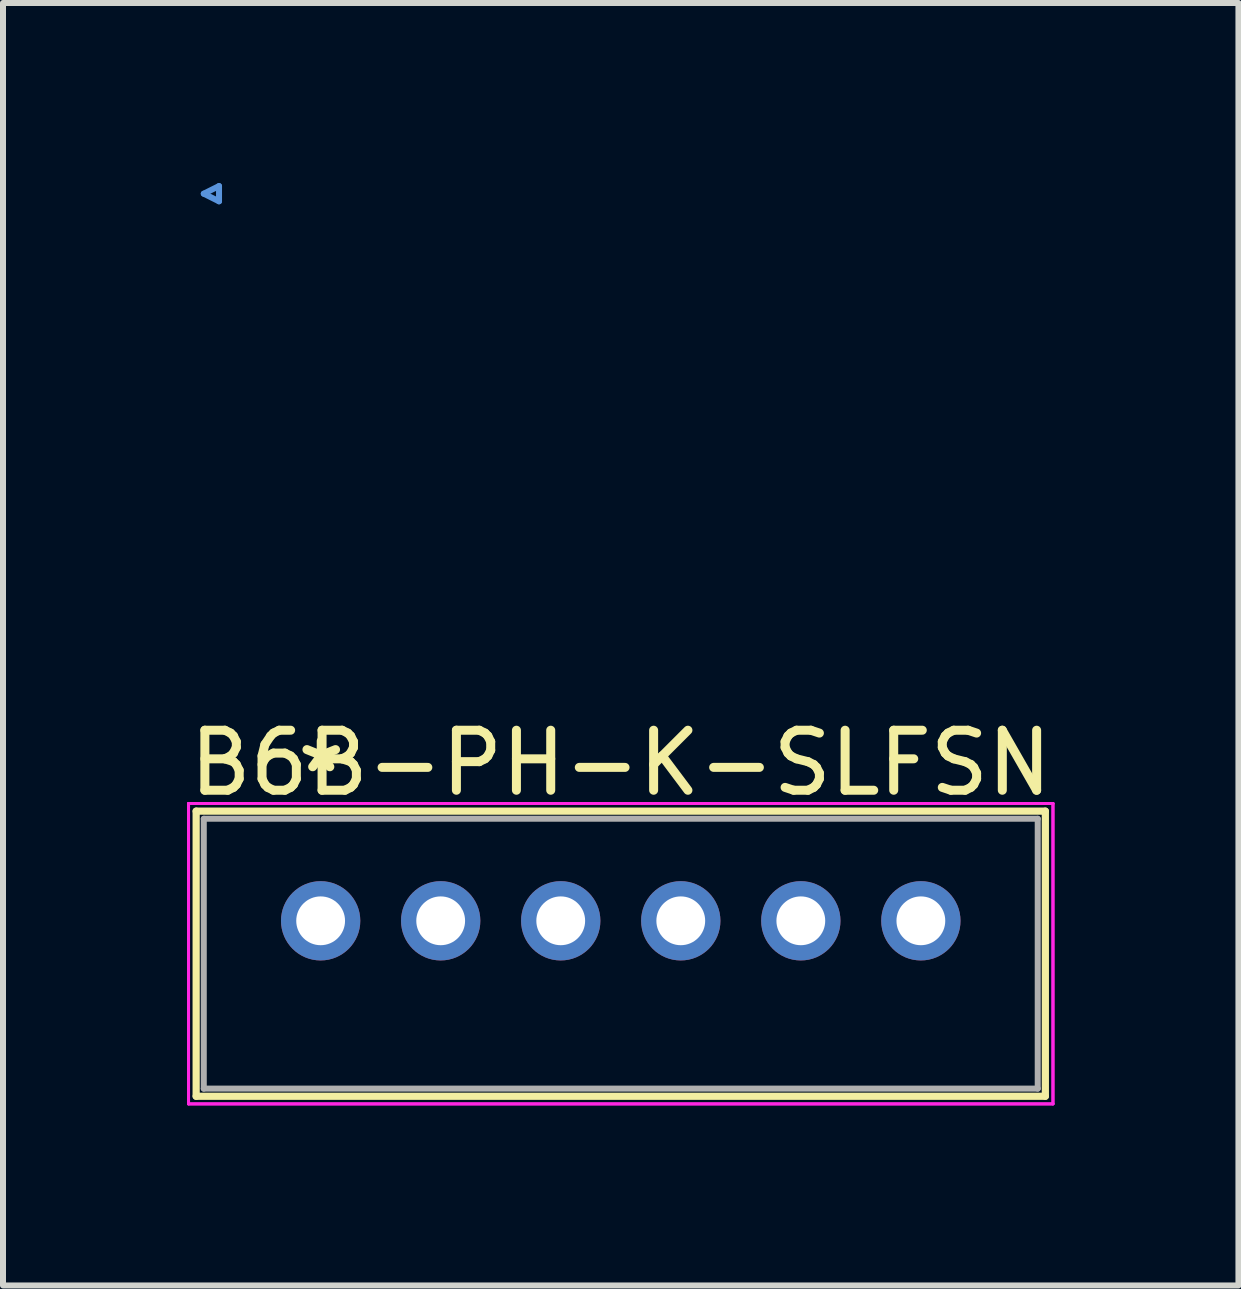
<source format=kicad_pcb>
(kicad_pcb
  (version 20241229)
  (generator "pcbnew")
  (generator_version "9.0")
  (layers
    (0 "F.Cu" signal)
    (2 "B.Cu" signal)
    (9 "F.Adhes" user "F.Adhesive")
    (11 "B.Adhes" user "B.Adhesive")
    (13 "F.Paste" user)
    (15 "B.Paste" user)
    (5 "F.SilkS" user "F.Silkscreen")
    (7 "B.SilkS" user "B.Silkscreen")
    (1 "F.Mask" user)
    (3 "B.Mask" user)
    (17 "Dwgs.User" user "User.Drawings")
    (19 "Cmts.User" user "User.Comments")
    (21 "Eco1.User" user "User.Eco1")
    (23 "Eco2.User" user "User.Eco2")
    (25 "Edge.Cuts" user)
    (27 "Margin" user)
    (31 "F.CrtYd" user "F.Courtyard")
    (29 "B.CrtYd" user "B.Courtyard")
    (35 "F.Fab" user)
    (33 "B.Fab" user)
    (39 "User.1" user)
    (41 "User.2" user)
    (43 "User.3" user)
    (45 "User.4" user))
  (footprint "B6B-PH-K-SLFSN"
    (layer "F.Cu")
    (at 2.292 12.291)
    (property "Reference" "B6B-PH-K-SLFSN" (at 5 -2.63 0) (layer "F.SilkS") (effects (font (size 1 1) (thickness 0.15))))
    (attr through_hole)
    (fp_line (start -2.074 -1.827) (end -2.074 2.923) (stroke (width 0.12) (type solid)) (layer "F.SilkS"))
    (fp_line (start -2.074 2.923) (end 12.074 2.923) (stroke (width 0.12) (type solid)) (layer "F.SilkS"))
    (fp_line (start 12.074 -1.827) (end -2.074 -1.827) (stroke (width 0.12) (type solid)) (layer "F.SilkS"))
    (fp_line (start 12.074 2.923) (end 12.074 -1.827) (stroke (width 0.12) (type solid)) (layer "F.SilkS"))
    (fp_line (start -1.947 -12.114) (end -1.693 -12.241) (stroke (width 0.1) (type solid)) (layer "Cmts.User"))
    (fp_line (start -1.947 -12.114) (end -1.693 -11.987) (stroke (width 0.1) (type solid)) (layer "Cmts.User"))
    (fp_line (start -1.693 -12.241) (end -1.693 -11.987) (stroke (width 0.1) (type solid)) (layer "Cmts.User"))
    (fp_line (start -2.201 -1.954) (end -2.201 3.05) (stroke (width 0.05) (type solid)) (layer "F.CrtYd"))
    (fp_line (start -2.201 -1.954) (end -2.201 3.05) (stroke (width 0.05) (type solid)) (layer "F.CrtYd"))
    (fp_line (start -2.201 3.05) (end 12.201 3.05) (stroke (width 0.05) (type solid)) (layer "F.CrtYd"))
    (fp_line (start -2.201 3.05) (end 12.201 3.05) (stroke (width 0.05) (type solid)) (layer "F.CrtYd"))
    (fp_line (start 12.201 -1.954) (end -2.201 -1.954) (stroke (width 0.05) (type solid)) (layer "F.CrtYd"))
    (fp_line (start 12.201 -1.954) (end -2.201 -1.954) (stroke (width 0.05) (type solid)) (layer "F.CrtYd"))
    (fp_line (start 12.201 3.05) (end 12.201 -1.954) (stroke (width 0.05) (type solid)) (layer "F.CrtYd"))
    (fp_line (start 12.201 3.05) (end 12.201 -1.954) (stroke (width 0.05) (type solid)) (layer "F.CrtYd"))
    (fp_line (start -1.947 -1.7) (end -1.947 2.796) (stroke (width 0.1) (type solid)) (layer "F.Fab"))
    (fp_line (start -1.947 2.796) (end 11.947 2.796) (stroke (width 0.1) (type solid)) (layer "F.Fab"))
    (fp_line (start 11.947 -1.7) (end -1.947 -1.7) (stroke (width 0.1) (type solid)) (layer "F.Fab"))
    (fp_line (start 11.947 2.796) (end 11.947 -1.7) (stroke (width 0.1) (type solid)) (layer "F.Fab"))
    (fp_text user "*" (at 0.01 -2.45 0) (layer "F.SilkS") (effects (font (size 1 1) (thickness 0.15))))
    (pad "1" thru_hole circle (at 0 0) (size 1.321 1.321) (drill 0.813) (layers "*.Cu" "*.Mask"))
    (pad "2" thru_hole circle (at 2 0) (size 1.321 1.321) (drill 0.813) (layers "*.Cu" "*.Mask"))
    (pad "3" thru_hole circle (at 4 0) (size 1.321 1.321) (drill 0.813) (layers "*.Cu" "*.Mask"))
    (pad "4" thru_hole circle (at 6 0) (size 1.321 1.321) (drill 0.813) (layers "*.Cu" "*.Mask"))
    (pad "5" thru_hole circle (at 8 0) (size 1.321 1.321) (drill 0.813) (layers "*.Cu" "*.Mask"))
    (pad "6" thru_hole circle (at 10 0) (size 1.321 1.321) (drill 0.813) (layers "*.Cu" "*.Mask")))
  (gr_rect
    (start -3 -3)
    (end 17.583 18.366)
    (stroke (width 0.1) (type default))
    (fill no)
    (layer "Edge.Cuts")))
</source>
